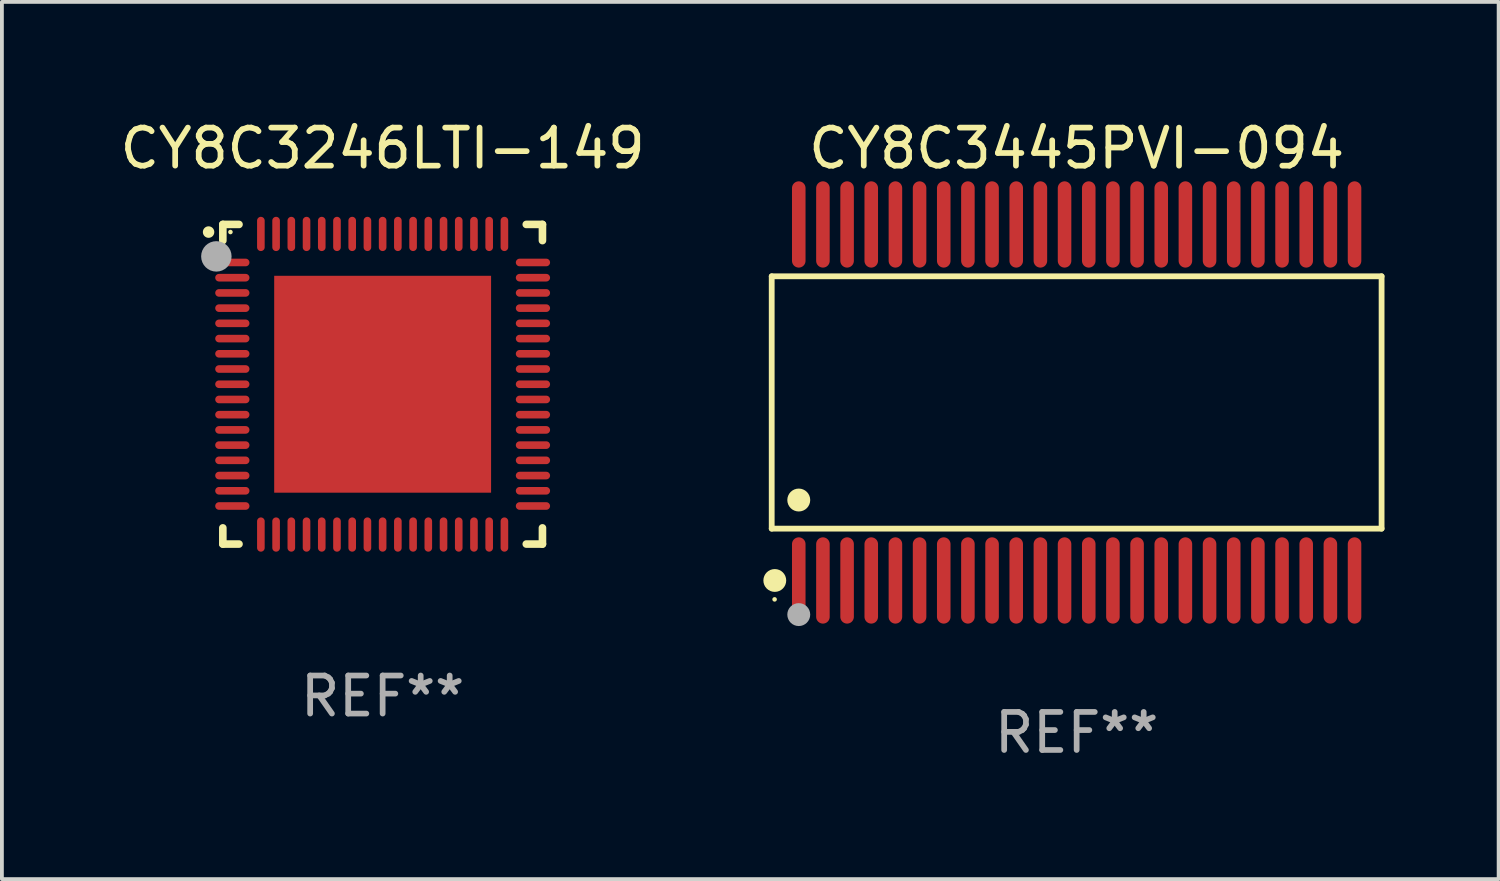
<source format=kicad_pcb>
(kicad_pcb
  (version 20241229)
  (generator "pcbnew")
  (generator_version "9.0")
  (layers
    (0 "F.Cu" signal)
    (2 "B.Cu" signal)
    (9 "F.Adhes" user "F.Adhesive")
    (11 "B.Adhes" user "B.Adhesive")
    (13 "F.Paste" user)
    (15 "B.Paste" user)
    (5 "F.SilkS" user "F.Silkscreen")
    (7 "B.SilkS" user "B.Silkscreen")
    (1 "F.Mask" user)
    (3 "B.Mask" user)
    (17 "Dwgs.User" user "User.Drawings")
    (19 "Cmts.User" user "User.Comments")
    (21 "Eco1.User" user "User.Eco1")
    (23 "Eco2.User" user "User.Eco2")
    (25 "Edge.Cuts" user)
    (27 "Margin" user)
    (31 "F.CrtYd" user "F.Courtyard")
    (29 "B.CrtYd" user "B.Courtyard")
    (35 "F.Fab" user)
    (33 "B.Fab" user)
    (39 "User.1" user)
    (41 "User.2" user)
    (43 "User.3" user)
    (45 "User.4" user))
  (footprint "CY8C3445PVI-094"
    (layer "F.Cu")
    (at 25.245 7.527)
    (property "Reference" "CY8C3445PVI-094" (at 0 -6.678 0) (layer "F.SilkS") (effects (font (size 1 1) (thickness 0.15))))
    (attr through_hole)
    (fp_line (start -8.014 -3.316) (end 8.014 -3.316) (stroke (width 0.152) (type solid)) (layer "F.SilkS"))
    (fp_line (start -8.014 3.316) (end -8.014 -3.316) (stroke (width 0.152) (type solid)) (layer "F.SilkS"))
    (fp_line (start 8.014 -3.316) (end 8.014 3.316) (stroke (width 0.152) (type solid)) (layer "F.SilkS"))
    (fp_line (start 8.014 3.316) (end -8.014 3.316) (stroke (width 0.152) (type solid)) (layer "F.SilkS"))
    (fp_circle (center -7.938 5.175) (end -7.908 5.175) (stroke (width 0.06) (type solid)) (fill no) (layer "F.SilkS"))
    (fp_circle (center -7.933 4.678) (end -7.783 4.678) (stroke (width 0.3) (type solid)) (fill no) (layer "F.SilkS"))
    (fp_circle (center -7.303 2.564) (end -7.152 2.564) (stroke (width 0.3) (type solid)) (fill no) (layer "F.SilkS"))
    (fp_circle (center -7.303 5.575) (end -7.152 5.575) (stroke (width 0.3) (type solid)) (fill no) (layer "F.Fab"))
    (fp_text user "REF**" (at 0 8.678 0) (layer "F.Fab") (effects (font (size 1 1) (thickness 0.15))))
    (pad "1" smd oval (at -7.303 4.678) (size 0.356 2.267) (layers "F.Cu" "F.Mask" "F.Paste"))
    (pad "2" smd oval (at -6.668 4.678) (size 0.356 2.267) (layers "F.Cu" "F.Mask" "F.Paste"))
    (pad "3" smd oval (at -6.033 4.678) (size 0.356 2.267) (layers "F.Cu" "F.Mask" "F.Paste"))
    (pad "4" smd oval (at -5.398 4.678) (size 0.356 2.267) (layers "F.Cu" "F.Mask" "F.Paste"))
    (pad "5" smd oval (at -4.763 4.678) (size 0.356 2.267) (layers "F.Cu" "F.Mask" "F.Paste"))
    (pad "6" smd oval (at -4.128 4.678) (size 0.356 2.267) (layers "F.Cu" "F.Mask" "F.Paste"))
    (pad "7" smd oval (at -3.493 4.678) (size 0.356 2.267) (layers "F.Cu" "F.Mask" "F.Paste"))
    (pad "8" smd oval (at -2.858 4.678) (size 0.356 2.267) (layers "F.Cu" "F.Mask" "F.Paste"))
    (pad "9" smd oval (at -2.223 4.678) (size 0.356 2.267) (layers "F.Cu" "F.Mask" "F.Paste"))
    (pad "10" smd oval (at -1.588 4.678) (size 0.356 2.267) (layers "F.Cu" "F.Mask" "F.Paste"))
    (pad "11" smd oval (at -0.953 4.678) (size 0.356 2.267) (layers "F.Cu" "F.Mask" "F.Paste"))
    (pad "12" smd oval (at -0.318 4.678) (size 0.356 2.267) (layers "F.Cu" "F.Mask" "F.Paste"))
    (pad "13" smd oval (at 0.318 4.678) (size 0.356 2.267) (layers "F.Cu" "F.Mask" "F.Paste"))
    (pad "14" smd oval (at 0.953 4.678) (size 0.356 2.267) (layers "F.Cu" "F.Mask" "F.Paste"))
    (pad "15" smd oval (at 1.588 4.678) (size 0.356 2.267) (layers "F.Cu" "F.Mask" "F.Paste"))
    (pad "16" smd oval (at 2.223 4.678) (size 0.356 2.267) (layers "F.Cu" "F.Mask" "F.Paste"))
    (pad "17" smd oval (at 2.858 4.678) (size 0.356 2.267) (layers "F.Cu" "F.Mask" "F.Paste"))
    (pad "18" smd oval (at 3.493 4.678) (size 0.356 2.267) (layers "F.Cu" "F.Mask" "F.Paste"))
    (pad "19" smd oval (at 4.128 4.678) (size 0.356 2.267) (layers "F.Cu" "F.Mask" "F.Paste"))
    (pad "20" smd oval (at 4.763 4.678) (size 0.356 2.267) (layers "F.Cu" "F.Mask" "F.Paste"))
    (pad "21" smd oval (at 5.398 4.678) (size 0.356 2.267) (layers "F.Cu" "F.Mask" "F.Paste"))
    (pad "22" smd oval (at 6.033 4.678) (size 0.356 2.267) (layers "F.Cu" "F.Mask" "F.Paste"))
    (pad "23" smd oval (at 6.668 4.678) (size 0.356 2.267) (layers "F.Cu" "F.Mask" "F.Paste"))
    (pad "24" smd oval (at 7.303 4.678) (size 0.356 2.267) (layers "F.Cu" "F.Mask" "F.Paste"))
    (pad "25" smd oval (at 7.303 -4.678) (size 0.356 2.267) (layers "F.Cu" "F.Mask" "F.Paste"))
    (pad "26" smd oval (at 6.668 -4.678) (size 0.356 2.267) (layers "F.Cu" "F.Mask" "F.Paste"))
    (pad "27" smd oval (at 6.033 -4.678) (size 0.356 2.267) (layers "F.Cu" "F.Mask" "F.Paste"))
    (pad "28" smd oval (at 5.398 -4.678) (size 0.356 2.267) (layers "F.Cu" "F.Mask" "F.Paste"))
    (pad "29" smd oval (at 4.763 -4.678) (size 0.356 2.267) (layers "F.Cu" "F.Mask" "F.Paste"))
    (pad "30" smd oval (at 4.128 -4.678) (size 0.356 2.267) (layers "F.Cu" "F.Mask" "F.Paste"))
    (pad "31" smd oval (at 3.493 -4.678) (size 0.356 2.267) (layers "F.Cu" "F.Mask" "F.Paste"))
    (pad "32" smd oval (at 2.858 -4.678) (size 0.356 2.267) (layers "F.Cu" "F.Mask" "F.Paste"))
    (pad "33" smd oval (at 2.223 -4.678) (size 0.356 2.267) (layers "F.Cu" "F.Mask" "F.Paste"))
    (pad "34" smd oval (at 1.588 -4.678) (size 0.356 2.267) (layers "F.Cu" "F.Mask" "F.Paste"))
    (pad "35" smd oval (at 0.953 -4.678) (size 0.356 2.267) (layers "F.Cu" "F.Mask" "F.Paste"))
    (pad "36" smd oval (at 0.318 -4.678) (size 0.356 2.267) (layers "F.Cu" "F.Mask" "F.Paste"))
    (pad "37" smd oval (at -0.318 -4.678) (size 0.356 2.267) (layers "F.Cu" "F.Mask" "F.Paste"))
    (pad "38" smd oval (at -0.953 -4.678) (size 0.356 2.267) (layers "F.Cu" "F.Mask" "F.Paste"))
    (pad "39" smd oval (at -1.588 -4.678) (size 0.356 2.267) (layers "F.Cu" "F.Mask" "F.Paste"))
    (pad "40" smd oval (at -2.223 -4.678) (size 0.356 2.267) (layers "F.Cu" "F.Mask" "F.Paste"))
    (pad "41" smd oval (at -2.858 -4.678) (size 0.356 2.267) (layers "F.Cu" "F.Mask" "F.Paste"))
    (pad "42" smd oval (at -3.493 -4.678) (size 0.356 2.267) (layers "F.Cu" "F.Mask" "F.Paste"))
    (pad "43" smd oval (at -4.128 -4.678) (size 0.356 2.267) (layers "F.Cu" "F.Mask" "F.Paste"))
    (pad "44" smd oval (at -4.763 -4.678) (size 0.356 2.267) (layers "F.Cu" "F.Mask" "F.Paste"))
    (pad "45" smd oval (at -5.398 -4.678) (size 0.356 2.267) (layers "F.Cu" "F.Mask" "F.Paste"))
    (pad "46" smd oval (at -6.033 -4.678) (size 0.356 2.267) (layers "F.Cu" "F.Mask" "F.Paste"))
    (pad "47" smd oval (at -6.668 -4.678) (size 0.356 2.267) (layers "F.Cu" "F.Mask" "F.Paste"))
    (pad "48" smd oval (at -7.303 -4.678) (size 0.356 2.267) (layers "F.Cu" "F.Mask" "F.Paste")))
  (footprint "CY8C3246LTI-149"
    (layer "F.Cu")
    (at 7.006 7.048)
    (property "Reference" "CY8C3246LTI-149" (at 0 -6.2 0) (layer "F.SilkS") (effects (font (size 1 1) (thickness 0.15))))
    (attr through_hole)
    (fp_line (start -4.2 -4.2) (end -3.775 -4.2) (stroke (width 0.2) (type solid)) (layer "F.SilkS"))
    (fp_line (start -4.2 -3.775) (end -4.2 -4.2) (stroke (width 0.2) (type solid)) (layer "F.SilkS"))
    (fp_line (start -4.2 3.775) (end -4.2 4.2) (stroke (width 0.2) (type solid)) (layer "F.SilkS"))
    (fp_line (start -4.2 4.2) (end -3.775 4.2) (stroke (width 0.2) (type solid)) (layer "F.SilkS"))
    (fp_line (start 3.775 4.2) (end 4.2 4.2) (stroke (width 0.2) (type solid)) (layer "F.SilkS"))
    (fp_line (start 4.2 -4.2) (end 3.775 -4.2) (stroke (width 0.2) (type solid)) (layer "F.SilkS"))
    (fp_line (start 4.2 -3.775) (end 4.2 -4.2) (stroke (width 0.2) (type solid)) (layer "F.SilkS"))
    (fp_line (start 4.2 4.2) (end 4.2 3.775) (stroke (width 0.2) (type solid)) (layer "F.SilkS"))
    (fp_arc (start -4.574536 -3.997943) (mid -4.574541 -3.999213) (end -4.574536 -4.000483) (stroke (width 0.3) (type solid)) (layer "F.SilkS"))
    (fp_circle (center -4 -4) (end -3.97 -4) (stroke (width 0.06) (type solid)) (fill no) (layer "F.SilkS"))
    (fp_circle (center -4.37 -3.36) (end -4.17 -3.36) (stroke (width 0.4) (type solid)) (fill no) (layer "F.Fab"))
    (fp_text user "REF**" (at 0 8.2 0) (layer "F.Fab") (effects (font (size 1 1) (thickness 0.15))))
    (pad "1" smd oval (at -3.95 -3.2 270) (size 0.2 0.9) (layers "F.Cu" "F.Mask" "F.Paste"))
    (pad "2" smd oval (at -3.95 -2.8 270) (size 0.2 0.9) (layers "F.Cu" "F.Mask" "F.Paste"))
    (pad "3" smd oval (at -3.95 -2.4 270) (size 0.2 0.9) (layers "F.Cu" "F.Mask" "F.Paste"))
    (pad "4" smd oval (at -3.95 -2 270) (size 0.2 0.9) (layers "F.Cu" "F.Mask" "F.Paste"))
    (pad "5" smd oval (at -3.95 -1.6 270) (size 0.2 0.9) (layers "F.Cu" "F.Mask" "F.Paste"))
    (pad "6" smd oval (at -3.95 -1.2 270) (size 0.2 0.9) (layers "F.Cu" "F.Mask" "F.Paste"))
    (pad "7" smd oval (at -3.95 -0.8 270) (size 0.2 0.9) (layers "F.Cu" "F.Mask" "F.Paste"))
    (pad "8" smd oval (at -3.95 -0.4 270) (size 0.2 0.9) (layers "F.Cu" "F.Mask" "F.Paste"))
    (pad "9" smd oval (at -3.95 0.000102 270) (size 0.2 0.9) (layers "F.Cu" "F.Mask" "F.Paste"))
    (pad "10" smd oval (at -3.95 0.4 270) (size 0.2 0.9) (layers "F.Cu" "F.Mask" "F.Paste"))
    (pad "11" smd oval (at -3.95 0.8 270) (size 0.2 0.9) (layers "F.Cu" "F.Mask" "F.Paste"))
    (pad "12" smd oval (at -3.95 1.2 270) (size 0.2 0.9) (layers "F.Cu" "F.Mask" "F.Paste"))
    (pad "13" smd oval (at -3.95 1.6 270) (size 0.2 0.9) (layers "F.Cu" "F.Mask" "F.Paste"))
    (pad "14" smd oval (at -3.95 2 270) (size 0.2 0.9) (layers "F.Cu" "F.Mask" "F.Paste"))
    (pad "15" smd oval (at -3.95 2.4 270) (size 0.2 0.9) (layers "F.Cu" "F.Mask" "F.Paste"))
    (pad "16" smd oval (at -3.95 2.8 270) (size 0.2 0.9) (layers "F.Cu" "F.Mask" "F.Paste"))
    (pad "17" smd oval (at -3.95 3.2 270) (size 0.2 0.9) (layers "F.Cu" "F.Mask" "F.Paste"))
    (pad "18" smd oval (at -3.2 3.95 270) (size 0.9 0.2) (layers "F.Cu" "F.Mask" "F.Paste"))
    (pad "19" smd oval (at -2.8 3.95 270) (size 0.9 0.2) (layers "F.Cu" "F.Mask" "F.Paste"))
    (pad "20" smd oval (at -2.4 3.95 270) (size 0.9 0.2) (layers "F.Cu" "F.Mask" "F.Paste"))
    (pad "21" smd oval (at -2 3.95 270) (size 0.9 0.2) (layers "F.Cu" "F.Mask" "F.Paste"))
    (pad "22" smd oval (at -1.6 3.95 270) (size 0.9 0.2) (layers "F.Cu" "F.Mask" "F.Paste"))
    (pad "23" smd oval (at -1.2 3.95 270) (size 0.9 0.2) (layers "F.Cu" "F.Mask" "F.Paste"))
    (pad "24" smd oval (at -0.8 3.95 270) (size 0.9 0.2) (layers "F.Cu" "F.Mask" "F.Paste"))
    (pad "25" smd oval (at -0.4 3.95 270) (size 0.9 0.2) (layers "F.Cu" "F.Mask" "F.Paste"))
    (pad "26" smd oval (at -0.000165 3.95 270) (size 0.9 0.2) (layers "F.Cu" "F.Mask" "F.Paste"))
    (pad "27" smd oval (at 0.4 3.95 270) (size 0.9 0.2) (layers "F.Cu" "F.Mask" "F.Paste"))
    (pad "28" smd oval (at 0.8 3.95 270) (size 0.9 0.2) (layers "F.Cu" "F.Mask" "F.Paste"))
    (pad "29" smd oval (at 1.2 3.95 270) (size 0.9 0.2) (layers "F.Cu" "F.Mask" "F.Paste"))
    (pad "30" smd oval (at 1.6 3.95 270) (size 0.9 0.2) (layers "F.Cu" "F.Mask" "F.Paste"))
    (pad "31" smd oval (at 2 3.95 270) (size 0.9 0.2) (layers "F.Cu" "F.Mask" "F.Paste"))
    (pad "32" smd oval (at 2.4 3.95 270) (size 0.9 0.2) (layers "F.Cu" "F.Mask" "F.Paste"))
    (pad "33" smd oval (at 2.8 3.95 270) (size 0.9 0.2) (layers "F.Cu" "F.Mask" "F.Paste"))
    (pad "34" smd oval (at 3.2 3.95 270) (size 0.9 0.2) (layers "F.Cu" "F.Mask" "F.Paste"))
    (pad "35" smd oval (at 3.95 3.2 270) (size 0.2 0.9) (layers "F.Cu" "F.Mask" "F.Paste"))
    (pad "36" smd oval (at 3.95 2.8 270) (size 0.2 0.9) (layers "F.Cu" "F.Mask" "F.Paste"))
    (pad "37" smd oval (at 3.95 2.4 270) (size 0.2 0.9) (layers "F.Cu" "F.Mask" "F.Paste"))
    (pad "38" smd oval (at 3.95 2 270) (size 0.2 0.9) (layers "F.Cu" "F.Mask" "F.Paste"))
    (pad "39" smd oval (at 3.95 1.6 270) (size 0.2 0.9) (layers "F.Cu" "F.Mask" "F.Paste"))
    (pad "40" smd oval (at 3.95 1.2 270) (size 0.2 0.9) (layers "F.Cu" "F.Mask" "F.Paste"))
    (pad "41" smd oval (at 3.95 0.8 270) (size 0.2 0.9) (layers "F.Cu" "F.Mask" "F.Paste"))
    (pad "42" smd oval (at 3.95 0.4 270) (size 0.2 0.9) (layers "F.Cu" "F.Mask" "F.Paste"))
    (pad "43" smd oval (at 3.95 0.000102 270) (size 0.2 0.9) (layers "F.Cu" "F.Mask" "F.Paste"))
    (pad "44" smd oval (at 3.95 -0.4 270) (size 0.2 0.9) (layers "F.Cu" "F.Mask" "F.Paste"))
    (pad "45" smd oval (at 3.95 -0.8 270) (size 0.2 0.9) (layers "F.Cu" "F.Mask" "F.Paste"))
    (pad "46" smd oval (at 3.95 -1.2 270) (size 0.2 0.9) (layers "F.Cu" "F.Mask" "F.Paste"))
    (pad "47" smd oval (at 3.95 -1.6 270) (size 0.2 0.9) (layers "F.Cu" "F.Mask" "F.Paste"))
    (pad "48" smd oval (at 3.95 -2 270) (size 0.2 0.9) (layers "F.Cu" "F.Mask" "F.Paste"))
    (pad "49" smd oval (at 3.95 -2.4 270) (size 0.2 0.9) (layers "F.Cu" "F.Mask" "F.Paste"))
    (pad "50" smd oval (at 3.95 -2.8 270) (size 0.2 0.9) (layers "F.Cu" "F.Mask" "F.Paste"))
    (pad "51" smd oval (at 3.95 -3.2 270) (size 0.2 0.9) (layers "F.Cu" "F.Mask" "F.Paste"))
    (pad "52" smd oval (at 3.2 -3.95 270) (size 0.9 0.2) (layers "F.Cu" "F.Mask" "F.Paste"))
    (pad "53" smd oval (at 2.8 -3.95 270) (size 0.9 0.2) (layers "F.Cu" "F.Mask" "F.Paste"))
    (pad "54" smd oval (at 2.4 -3.95 270) (size 0.9 0.2) (layers "F.Cu" "F.Mask" "F.Paste"))
    (pad "55" smd oval (at 2 -3.95 270) (size 0.9 0.2) (layers "F.Cu" "F.Mask" "F.Paste"))
    (pad "56" smd oval (at 1.6 -3.95 270) (size 0.9 0.2) (layers "F.Cu" "F.Mask" "F.Paste"))
    (pad "57" smd oval (at 1.2 -3.95 270) (size 0.9 0.2) (layers "F.Cu" "F.Mask" "F.Paste"))
    (pad "58" smd oval (at 0.8 -3.95 270) (size 0.9 0.2) (layers "F.Cu" "F.Mask" "F.Paste"))
    (pad "59" smd oval (at 0.4 -3.95 270) (size 0.9 0.2) (layers "F.Cu" "F.Mask" "F.Paste"))
    (pad "60" smd oval (at -0.000165 -3.95 270) (size 0.9 0.2) (layers "F.Cu" "F.Mask" "F.Paste"))
    (pad "61" smd oval (at -0.4 -3.95 270) (size 0.9 0.2) (layers "F.Cu" "F.Mask" "F.Paste"))
    (pad "62" smd oval (at -0.8 -3.95 270) (size 0.9 0.2) (layers "F.Cu" "F.Mask" "F.Paste"))
    (pad "63" smd oval (at -1.2 -3.95 270) (size 0.9 0.2) (layers "F.Cu" "F.Mask" "F.Paste"))
    (pad "64" smd oval (at -1.6 -3.95 270) (size 0.9 0.2) (layers "F.Cu" "F.Mask" "F.Paste"))
    (pad "65" smd oval (at -2 -3.95 270) (size 0.9 0.2) (layers "F.Cu" "F.Mask" "F.Paste"))
    (pad "66" smd oval (at -2.4 -3.95 270) (size 0.9 0.2) (layers "F.Cu" "F.Mask" "F.Paste"))
    (pad "67" smd oval (at -2.8 -3.95 270) (size 0.9 0.2) (layers "F.Cu" "F.Mask" "F.Paste"))
    (pad "68" smd oval (at -3.2 -3.95 270) (size 0.9 0.2) (layers "F.Cu" "F.Mask" "F.Paste"))
    (pad "69" smd rect (at -0.000165 0.000102 270) (size 5.7 5.7) (layers "F.Cu" "F.Mask" "F.Paste")))
  (gr_rect
    (start -3 -3)
    (end 36.335 20.053)
    (stroke (width 0.1) (type default))
    (fill no)
    (layer "Edge.Cuts")))
</source>
